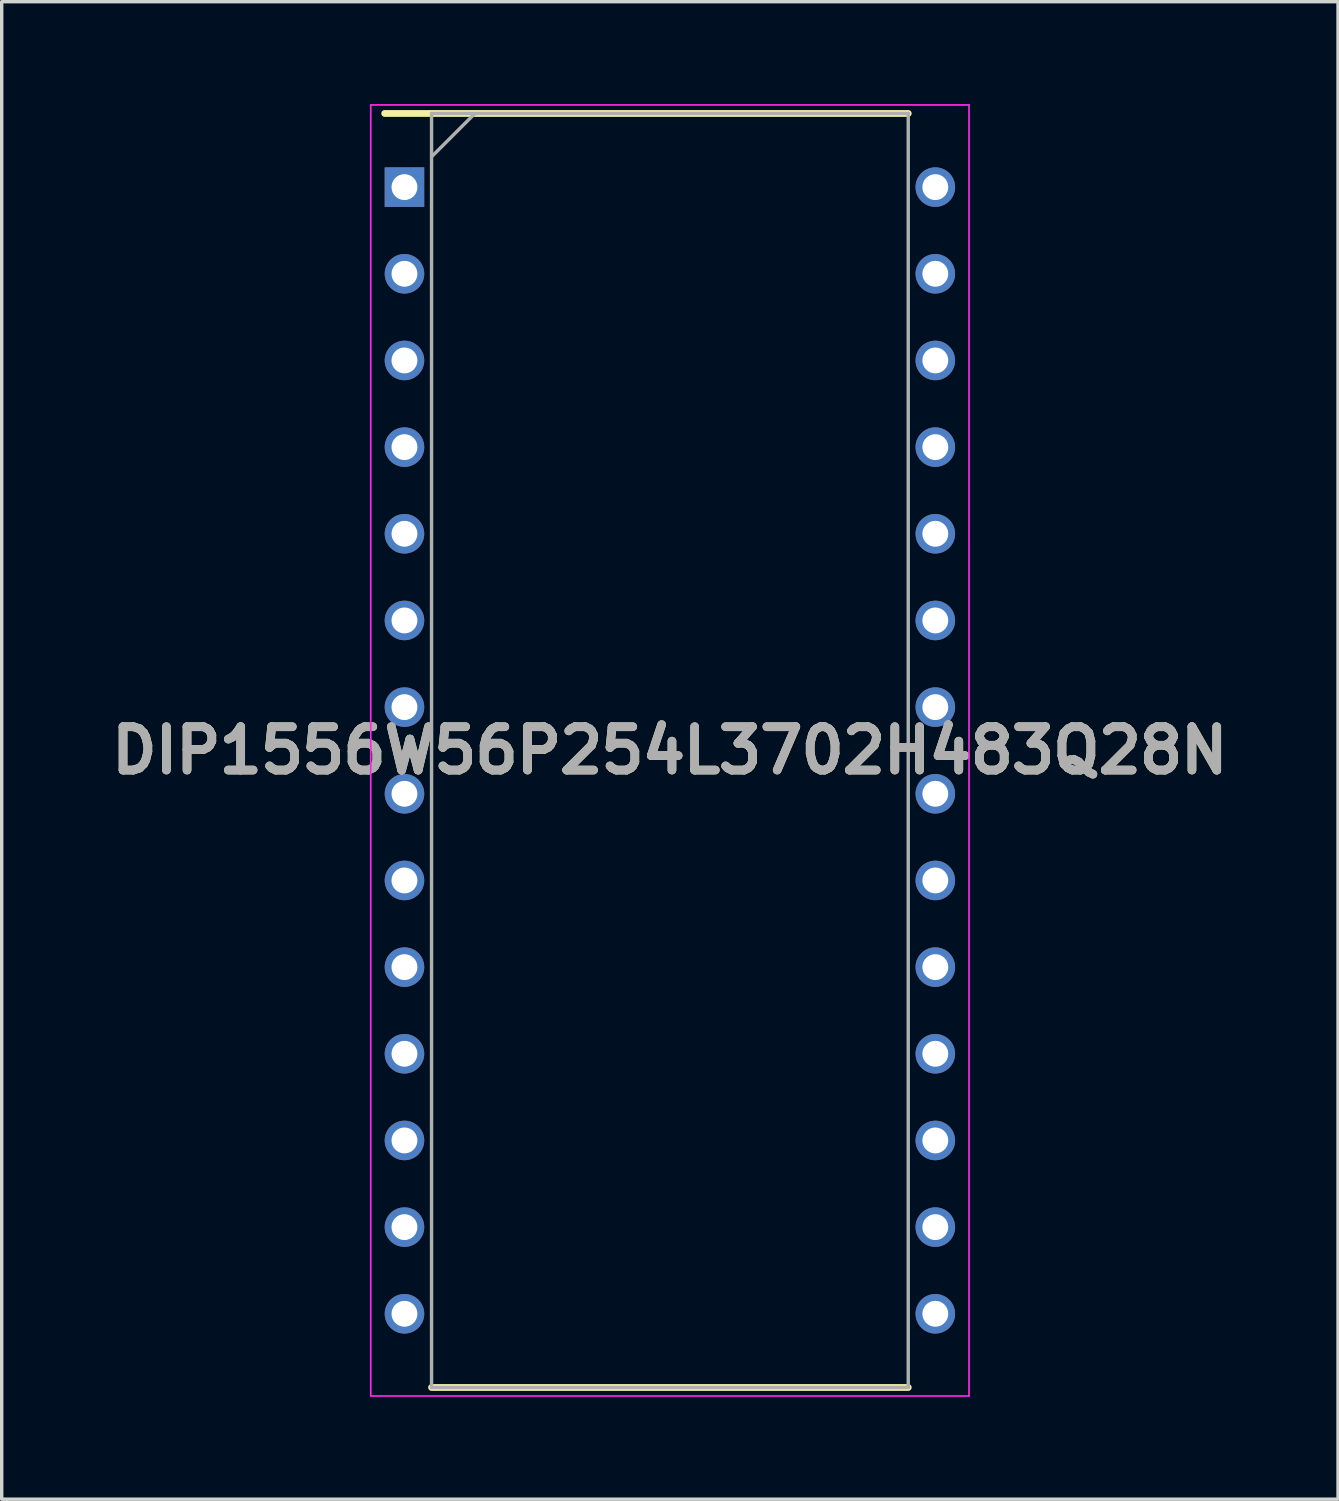
<source format=kicad_pcb>
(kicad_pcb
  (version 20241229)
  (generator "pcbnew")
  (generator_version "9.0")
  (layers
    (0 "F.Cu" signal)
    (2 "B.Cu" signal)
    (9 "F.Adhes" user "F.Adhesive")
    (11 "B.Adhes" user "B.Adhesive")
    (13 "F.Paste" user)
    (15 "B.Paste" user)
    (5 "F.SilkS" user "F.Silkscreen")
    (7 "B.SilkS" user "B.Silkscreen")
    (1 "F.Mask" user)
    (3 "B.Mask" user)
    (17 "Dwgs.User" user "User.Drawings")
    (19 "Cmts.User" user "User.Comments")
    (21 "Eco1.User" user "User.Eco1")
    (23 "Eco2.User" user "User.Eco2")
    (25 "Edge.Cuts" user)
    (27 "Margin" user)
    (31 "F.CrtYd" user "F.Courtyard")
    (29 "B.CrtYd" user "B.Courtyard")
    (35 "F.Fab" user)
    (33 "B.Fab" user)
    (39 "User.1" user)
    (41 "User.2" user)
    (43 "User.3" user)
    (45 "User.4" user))
  (footprint "DIP1556W56P254L3702H483Q28N"
    (layer "F.Cu")
    (at 16.583 18.944)
    (property "Reference" "DIP1556W56P254L3702H483Q28N" (at 0 0 0) (layer "F.SilkS") (effects (font (size 1.27 1.27) (thickness 0.254))))
    (attr through_hole)
    (fp_line (start -8.358 -18.669) (end 6.985 -18.669) (stroke (width 0.2) (type solid)) (layer "F.SilkS"))
    (fp_line (start -6.985 18.669) (end 6.985 18.669) (stroke (width 0.2) (type solid)) (layer "F.SilkS"))
    (fp_line (start -8.767 -18.919) (end 8.767 -18.919) (stroke (width 0.05) (type solid)) (layer "F.CrtYd"))
    (fp_line (start -8.767 18.919) (end -8.767 -18.919) (stroke (width 0.05) (type solid)) (layer "F.CrtYd"))
    (fp_line (start 8.767 -18.919) (end 8.767 18.919) (stroke (width 0.05) (type solid)) (layer "F.CrtYd"))
    (fp_line (start 8.767 18.919) (end -8.767 18.919) (stroke (width 0.05) (type solid)) (layer "F.CrtYd"))
    (fp_line (start -6.985 -18.669) (end 6.985 -18.669) (stroke (width 0.1) (type solid)) (layer "F.Fab"))
    (fp_line (start -6.985 -17.399) (end -5.715 -18.669) (stroke (width 0.1) (type solid)) (layer "F.Fab"))
    (fp_line (start -6.985 18.669) (end -6.985 -18.669) (stroke (width 0.1) (type solid)) (layer "F.Fab"))
    (fp_line (start 6.985 -18.669) (end 6.985 18.669) (stroke (width 0.1) (type solid)) (layer "F.Fab"))
    (fp_line (start 6.985 18.669) (end -6.985 18.669) (stroke (width 0.1) (type solid)) (layer "F.Fab"))
    (fp_text user "${REFERENCE}" (at 0 0 0) (layer "F.Fab") (effects (font (size 1.27 1.27) (thickness 0.254))))
    (pad "1" thru_hole rect (at -7.779 -16.51) (size 1.159 1.159) (drill 0.759) (layers "*.Cu" "*.Mask"))
    (pad "2" thru_hole circle (at -7.779 -13.97) (size 1.159 1.159) (drill 0.759) (layers "*.Cu" "*.Mask"))
    (pad "3" thru_hole circle (at -7.779 -11.43) (size 1.159 1.159) (drill 0.759) (layers "*.Cu" "*.Mask"))
    (pad "4" thru_hole circle (at -7.779 -8.89) (size 1.159 1.159) (drill 0.759) (layers "*.Cu" "*.Mask"))
    (pad "5" thru_hole circle (at -7.779 -6.35) (size 1.159 1.159) (drill 0.759) (layers "*.Cu" "*.Mask"))
    (pad "6" thru_hole circle (at -7.779 -3.81) (size 1.159 1.159) (drill 0.759) (layers "*.Cu" "*.Mask"))
    (pad "7" thru_hole circle (at -7.779 -1.27) (size 1.159 1.159) (drill 0.759) (layers "*.Cu" "*.Mask"))
    (pad "8" thru_hole circle (at -7.779 1.27) (size 1.159 1.159) (drill 0.759) (layers "*.Cu" "*.Mask"))
    (pad "9" thru_hole circle (at -7.779 3.81) (size 1.159 1.159) (drill 0.759) (layers "*.Cu" "*.Mask"))
    (pad "10" thru_hole circle (at -7.779 6.35) (size 1.159 1.159) (drill 0.759) (layers "*.Cu" "*.Mask"))
    (pad "11" thru_hole circle (at -7.779 8.89) (size 1.159 1.159) (drill 0.759) (layers "*.Cu" "*.Mask"))
    (pad "12" thru_hole circle (at -7.779 11.43) (size 1.159 1.159) (drill 0.759) (layers "*.Cu" "*.Mask"))
    (pad "13" thru_hole circle (at -7.779 13.97) (size 1.159 1.159) (drill 0.759) (layers "*.Cu" "*.Mask"))
    (pad "14" thru_hole circle (at -7.779 16.51) (size 1.159 1.159) (drill 0.759) (layers "*.Cu" "*.Mask"))
    (pad "15" thru_hole circle (at 7.779 16.51) (size 1.159 1.159) (drill 0.759) (layers "*.Cu" "*.Mask"))
    (pad "16" thru_hole circle (at 7.779 13.97) (size 1.159 1.159) (drill 0.759) (layers "*.Cu" "*.Mask"))
    (pad "17" thru_hole circle (at 7.779 11.43) (size 1.159 1.159) (drill 0.759) (layers "*.Cu" "*.Mask"))
    (pad "18" thru_hole circle (at 7.779 8.89) (size 1.159 1.159) (drill 0.759) (layers "*.Cu" "*.Mask"))
    (pad "19" thru_hole circle (at 7.779 6.35) (size 1.159 1.159) (drill 0.759) (layers "*.Cu" "*.Mask"))
    (pad "20" thru_hole circle (at 7.779 3.81) (size 1.159 1.159) (drill 0.759) (layers "*.Cu" "*.Mask"))
    (pad "21" thru_hole circle (at 7.779 1.27) (size 1.159 1.159) (drill 0.759) (layers "*.Cu" "*.Mask"))
    (pad "22" thru_hole circle (at 7.779 -1.27) (size 1.159 1.159) (drill 0.759) (layers "*.Cu" "*.Mask"))
    (pad "23" thru_hole circle (at 7.779 -3.81) (size 1.159 1.159) (drill 0.759) (layers "*.Cu" "*.Mask"))
    (pad "24" thru_hole circle (at 7.779 -6.35) (size 1.159 1.159) (drill 0.759) (layers "*.Cu" "*.Mask"))
    (pad "25" thru_hole circle (at 7.779 -8.89) (size 1.159 1.159) (drill 0.759) (layers "*.Cu" "*.Mask"))
    (pad "26" thru_hole circle (at 7.779 -11.43) (size 1.159 1.159) (drill 0.759) (layers "*.Cu" "*.Mask"))
    (pad "27" thru_hole circle (at 7.779 -13.97) (size 1.159 1.159) (drill 0.759) (layers "*.Cu" "*.Mask"))
    (pad "28" thru_hole circle (at 7.779 -16.51) (size 1.159 1.159) (drill 0.759) (layers "*.Cu" "*.Mask")))
  (gr_rect
    (start -3 -3)
    (end 36.165 40.888)
    (stroke (width 0.1) (type default))
    (fill no)
    (layer "Edge.Cuts")))
</source>
